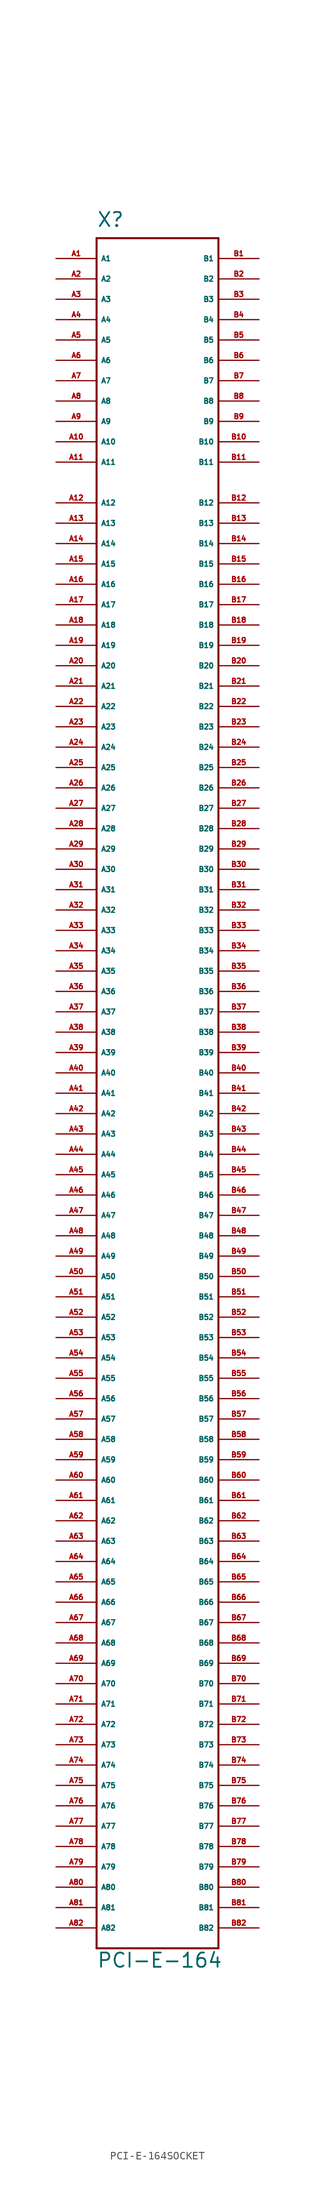
<source format=kicad_sym>
(kicad_symbol_lib
  (version 20220914)
  (generator Eagle2Kicad)
  (symbol "PCI-E-164SOCKET"
    (property "Reference" "X"
      (at -7.62 105.41 0)
      (effects (font (size 1.778 1.778) (thickness 0.22)) (justify left bottom)))
    (property "Value" "PCI-E-164"
      (at -7.62 -111.76 0)
      (effects (font (size 1.778 1.778) (thickness 0.22)) (justify left bottom)))
    (polyline
      (pts (xy -7.62 104.14) (xy 7.62 104.14))
      (stroke (width 0.254) (type default))
      (fill (type none)))
    (polyline
      (pts (xy 7.62 104.14) (xy 7.62 -109.22))
      (stroke (width 0.254) (type default))
      (fill (type none)))
    (polyline
      (pts (xy 7.62 -109.22) (xy -7.62 -109.22))
      (stroke (width 0.254) (type default))
      (fill (type none)))
    (polyline
      (pts (xy -7.62 -109.22) (xy -7.62 104.14))
      (stroke (width 0.254) (type default))
      (fill (type none)))
    (pin passive line
      (at -12.7 101.6 0)
      (length 5.08)
      (name "A1" (effects (font (size 0.635 0.635) (thickness 0.08)) (justify left bottom)))
      (number "A1" (effects (font (size 0.635 0.635) (thickness 0.08)) (justify left bottom))))
    (pin passive line
      (at -12.7 99.06 0)
      (length 5.08)
      (name "A2" (effects (font (size 0.635 0.635) (thickness 0.08)) (justify left bottom)))
      (number "A2" (effects (font (size 0.635 0.635) (thickness 0.08)) (justify left bottom))))
    (pin passive line
      (at -12.7 96.52 0)
      (length 5.08)
      (name "A3" (effects (font (size 0.635 0.635) (thickness 0.08)) (justify left bottom)))
      (number "A3" (effects (font (size 0.635 0.635) (thickness 0.08)) (justify left bottom))))
    (pin passive line
      (at -12.7 93.98 0)
      (length 5.08)
      (name "A4" (effects (font (size 0.635 0.635) (thickness 0.08)) (justify left bottom)))
      (number "A4" (effects (font (size 0.635 0.635) (thickness 0.08)) (justify left bottom))))
    (pin passive line
      (at -12.7 91.44 0)
      (length 5.08)
      (name "A5" (effects (font (size 0.635 0.635) (thickness 0.08)) (justify left bottom)))
      (number "A5" (effects (font (size 0.635 0.635) (thickness 0.08)) (justify left bottom))))
    (pin passive line
      (at -12.7 88.9 0)
      (length 5.08)
      (name "A6" (effects (font (size 0.635 0.635) (thickness 0.08)) (justify left bottom)))
      (number "A6" (effects (font (size 0.635 0.635) (thickness 0.08)) (justify left bottom))))
    (pin passive line
      (at -12.7 86.36 0)
      (length 5.08)
      (name "A7" (effects (font (size 0.635 0.635) (thickness 0.08)) (justify left bottom)))
      (number "A7" (effects (font (size 0.635 0.635) (thickness 0.08)) (justify left bottom))))
    (pin passive line
      (at -12.7 83.82 0)
      (length 5.08)
      (name "A8" (effects (font (size 0.635 0.635) (thickness 0.08)) (justify left bottom)))
      (number "A8" (effects (font (size 0.635 0.635) (thickness 0.08)) (justify left bottom))))
    (pin passive line
      (at -12.7 81.28 0)
      (length 5.08)
      (name "A9" (effects (font (size 0.635 0.635) (thickness 0.08)) (justify left bottom)))
      (number "A9" (effects (font (size 0.635 0.635) (thickness 0.08)) (justify left bottom))))
    (pin passive line
      (at -12.7 78.74 0)
      (length 5.08)
      (name "A10" (effects (font (size 0.635 0.635) (thickness 0.08)) (justify left bottom)))
      (number "A10" (effects (font (size 0.635 0.635) (thickness 0.08)) (justify left bottom))))
    (pin passive line
      (at -12.7 76.2 0)
      (length 5.08)
      (name "A11" (effects (font (size 0.635 0.635) (thickness 0.08)) (justify left bottom)))
      (number "A11" (effects (font (size 0.635 0.635) (thickness 0.08)) (justify left bottom))))
    (pin passive line
      (at -12.7 71.12 0)
      (length 5.08)
      (name "A12" (effects (font (size 0.635 0.635) (thickness 0.08)) (justify left bottom)))
      (number "A12" (effects (font (size 0.635 0.635) (thickness 0.08)) (justify left bottom))))
    (pin passive line
      (at -12.7 68.58 0)
      (length 5.08)
      (name "A13" (effects (font (size 0.635 0.635) (thickness 0.08)) (justify left bottom)))
      (number "A13" (effects (font (size 0.635 0.635) (thickness 0.08)) (justify left bottom))))
    (pin passive line
      (at -12.7 66.04 0)
      (length 5.08)
      (name "A14" (effects (font (size 0.635 0.635) (thickness 0.08)) (justify left bottom)))
      (number "A14" (effects (font (size 0.635 0.635) (thickness 0.08)) (justify left bottom))))
    (pin passive line
      (at -12.7 63.5 0)
      (length 5.08)
      (name "A15" (effects (font (size 0.635 0.635) (thickness 0.08)) (justify left bottom)))
      (number "A15" (effects (font (size 0.635 0.635) (thickness 0.08)) (justify left bottom))))
    (pin passive line
      (at -12.7 60.96 0)
      (length 5.08)
      (name "A16" (effects (font (size 0.635 0.635) (thickness 0.08)) (justify left bottom)))
      (number "A16" (effects (font (size 0.635 0.635) (thickness 0.08)) (justify left bottom))))
    (pin passive line
      (at -12.7 58.42 0)
      (length 5.08)
      (name "A17" (effects (font (size 0.635 0.635) (thickness 0.08)) (justify left bottom)))
      (number "A17" (effects (font (size 0.635 0.635) (thickness 0.08)) (justify left bottom))))
    (pin passive line
      (at -12.7 55.88 0)
      (length 5.08)
      (name "A18" (effects (font (size 0.635 0.635) (thickness 0.08)) (justify left bottom)))
      (number "A18" (effects (font (size 0.635 0.635) (thickness 0.08)) (justify left bottom))))
    (pin passive line
      (at -12.7 53.34 0)
      (length 5.08)
      (name "A19" (effects (font (size 0.635 0.635) (thickness 0.08)) (justify left bottom)))
      (number "A19" (effects (font (size 0.635 0.635) (thickness 0.08)) (justify left bottom))))
    (pin passive line
      (at -12.7 50.8 0)
      (length 5.08)
      (name "A20" (effects (font (size 0.635 0.635) (thickness 0.08)) (justify left bottom)))
      (number "A20" (effects (font (size 0.635 0.635) (thickness 0.08)) (justify left bottom))))
    (pin passive line
      (at -12.7 48.26 0)
      (length 5.08)
      (name "A21" (effects (font (size 0.635 0.635) (thickness 0.08)) (justify left bottom)))
      (number "A21" (effects (font (size 0.635 0.635) (thickness 0.08)) (justify left bottom))))
    (pin passive line
      (at -12.7 45.72 0)
      (length 5.08)
      (name "A22" (effects (font (size 0.635 0.635) (thickness 0.08)) (justify left bottom)))
      (number "A22" (effects (font (size 0.635 0.635) (thickness 0.08)) (justify left bottom))))
    (pin passive line
      (at -12.7 43.18 0)
      (length 5.08)
      (name "A23" (effects (font (size 0.635 0.635) (thickness 0.08)) (justify left bottom)))
      (number "A23" (effects (font (size 0.635 0.635) (thickness 0.08)) (justify left bottom))))
    (pin passive line
      (at -12.7 40.64 0)
      (length 5.08)
      (name "A24" (effects (font (size 0.635 0.635) (thickness 0.08)) (justify left bottom)))
      (number "A24" (effects (font (size 0.635 0.635) (thickness 0.08)) (justify left bottom))))
    (pin passive line
      (at -12.7 38.1 0)
      (length 5.08)
      (name "A25" (effects (font (size 0.635 0.635) (thickness 0.08)) (justify left bottom)))
      (number "A25" (effects (font (size 0.635 0.635) (thickness 0.08)) (justify left bottom))))
    (pin passive line
      (at -12.7 35.56 0)
      (length 5.08)
      (name "A26" (effects (font (size 0.635 0.635) (thickness 0.08)) (justify left bottom)))
      (number "A26" (effects (font (size 0.635 0.635) (thickness 0.08)) (justify left bottom))))
    (pin passive line
      (at -12.7 33.02 0)
      (length 5.08)
      (name "A27" (effects (font (size 0.635 0.635) (thickness 0.08)) (justify left bottom)))
      (number "A27" (effects (font (size 0.635 0.635) (thickness 0.08)) (justify left bottom))))
    (pin passive line
      (at -12.7 30.48 0)
      (length 5.08)
      (name "A28" (effects (font (size 0.635 0.635) (thickness 0.08)) (justify left bottom)))
      (number "A28" (effects (font (size 0.635 0.635) (thickness 0.08)) (justify left bottom))))
    (pin passive line
      (at -12.7 27.94 0)
      (length 5.08)
      (name "A29" (effects (font (size 0.635 0.635) (thickness 0.08)) (justify left bottom)))
      (number "A29" (effects (font (size 0.635 0.635) (thickness 0.08)) (justify left bottom))))
    (pin passive line
      (at -12.7 25.4 0)
      (length 5.08)
      (name "A30" (effects (font (size 0.635 0.635) (thickness 0.08)) (justify left bottom)))
      (number "A30" (effects (font (size 0.635 0.635) (thickness 0.08)) (justify left bottom))))
    (pin passive line
      (at -12.7 22.86 0)
      (length 5.08)
      (name "A31" (effects (font (size 0.635 0.635) (thickness 0.08)) (justify left bottom)))
      (number "A31" (effects (font (size 0.635 0.635) (thickness 0.08)) (justify left bottom))))
    (pin passive line
      (at -12.7 20.32 0)
      (length 5.08)
      (name "A32" (effects (font (size 0.635 0.635) (thickness 0.08)) (justify left bottom)))
      (number "A32" (effects (font (size 0.635 0.635) (thickness 0.08)) (justify left bottom))))
    (pin passive line
      (at -12.7 17.78 0)
      (length 5.08)
      (name "A33" (effects (font (size 0.635 0.635) (thickness 0.08)) (justify left bottom)))
      (number "A33" (effects (font (size 0.635 0.635) (thickness 0.08)) (justify left bottom))))
    (pin passive line
      (at -12.7 15.24 0)
      (length 5.08)
      (name "A34" (effects (font (size 0.635 0.635) (thickness 0.08)) (justify left bottom)))
      (number "A34" (effects (font (size 0.635 0.635) (thickness 0.08)) (justify left bottom))))
    (pin passive line
      (at -12.7 12.7 0)
      (length 5.08)
      (name "A35" (effects (font (size 0.635 0.635) (thickness 0.08)) (justify left bottom)))
      (number "A35" (effects (font (size 0.635 0.635) (thickness 0.08)) (justify left bottom))))
    (pin passive line
      (at -12.7 10.16 0)
      (length 5.08)
      (name "A36" (effects (font (size 0.635 0.635) (thickness 0.08)) (justify left bottom)))
      (number "A36" (effects (font (size 0.635 0.635) (thickness 0.08)) (justify left bottom))))
    (pin passive line
      (at -12.7 7.62 0)
      (length 5.08)
      (name "A37" (effects (font (size 0.635 0.635) (thickness 0.08)) (justify left bottom)))
      (number "A37" (effects (font (size 0.635 0.635) (thickness 0.08)) (justify left bottom))))
    (pin passive line
      (at -12.7 5.08 0)
      (length 5.08)
      (name "A38" (effects (font (size 0.635 0.635) (thickness 0.08)) (justify left bottom)))
      (number "A38" (effects (font (size 0.635 0.635) (thickness 0.08)) (justify left bottom))))
    (pin passive line
      (at -12.7 2.54 0)
      (length 5.08)
      (name "A39" (effects (font (size 0.635 0.635) (thickness 0.08)) (justify left bottom)))
      (number "A39" (effects (font (size 0.635 0.635) (thickness 0.08)) (justify left bottom))))
    (pin passive line
      (at -12.7 0 0)
      (length 5.08)
      (name "A40" (effects (font (size 0.635 0.635) (thickness 0.08)) (justify left bottom)))
      (number "A40" (effects (font (size 0.635 0.635) (thickness 0.08)) (justify left bottom))))
    (pin passive line
      (at -12.7 -2.54 0)
      (length 5.08)
      (name "A41" (effects (font (size 0.635 0.635) (thickness 0.08)) (justify left bottom)))
      (number "A41" (effects (font (size 0.635 0.635) (thickness 0.08)) (justify left bottom))))
    (pin passive line
      (at -12.7 -5.08 0)
      (length 5.08)
      (name "A42" (effects (font (size 0.635 0.635) (thickness 0.08)) (justify left bottom)))
      (number "A42" (effects (font (size 0.635 0.635) (thickness 0.08)) (justify left bottom))))
    (pin passive line
      (at -12.7 -7.62 0)
      (length 5.08)
      (name "A43" (effects (font (size 0.635 0.635) (thickness 0.08)) (justify left bottom)))
      (number "A43" (effects (font (size 0.635 0.635) (thickness 0.08)) (justify left bottom))))
    (pin passive line
      (at -12.7 -10.16 0)
      (length 5.08)
      (name "A44" (effects (font (size 0.635 0.635) (thickness 0.08)) (justify left bottom)))
      (number "A44" (effects (font (size 0.635 0.635) (thickness 0.08)) (justify left bottom))))
    (pin passive line
      (at -12.7 -12.7 0)
      (length 5.08)
      (name "A45" (effects (font (size 0.635 0.635) (thickness 0.08)) (justify left bottom)))
      (number "A45" (effects (font (size 0.635 0.635) (thickness 0.08)) (justify left bottom))))
    (pin passive line
      (at -12.7 -15.24 0)
      (length 5.08)
      (name "A46" (effects (font (size 0.635 0.635) (thickness 0.08)) (justify left bottom)))
      (number "A46" (effects (font (size 0.635 0.635) (thickness 0.08)) (justify left bottom))))
    (pin passive line
      (at -12.7 -17.78 0)
      (length 5.08)
      (name "A47" (effects (font (size 0.635 0.635) (thickness 0.08)) (justify left bottom)))
      (number "A47" (effects (font (size 0.635 0.635) (thickness 0.08)) (justify left bottom))))
    (pin passive line
      (at -12.7 -20.32 0)
      (length 5.08)
      (name "A48" (effects (font (size 0.635 0.635) (thickness 0.08)) (justify left bottom)))
      (number "A48" (effects (font (size 0.635 0.635) (thickness 0.08)) (justify left bottom))))
    (pin passive line
      (at -12.7 -22.86 0)
      (length 5.08)
      (name "A49" (effects (font (size 0.635 0.635) (thickness 0.08)) (justify left bottom)))
      (number "A49" (effects (font (size 0.635 0.635) (thickness 0.08)) (justify left bottom))))
    (pin passive line
      (at -12.7 -25.4 0)
      (length 5.08)
      (name "A50" (effects (font (size 0.635 0.635) (thickness 0.08)) (justify left bottom)))
      (number "A50" (effects (font (size 0.635 0.635) (thickness 0.08)) (justify left bottom))))
    (pin passive line
      (at -12.7 -27.94 0)
      (length 5.08)
      (name "A51" (effects (font (size 0.635 0.635) (thickness 0.08)) (justify left bottom)))
      (number "A51" (effects (font (size 0.635 0.635) (thickness 0.08)) (justify left bottom))))
    (pin passive line
      (at -12.7 -30.48 0)
      (length 5.08)
      (name "A52" (effects (font (size 0.635 0.635) (thickness 0.08)) (justify left bottom)))
      (number "A52" (effects (font (size 0.635 0.635) (thickness 0.08)) (justify left bottom))))
    (pin passive line
      (at -12.7 -33.02 0)
      (length 5.08)
      (name "A53" (effects (font (size 0.635 0.635) (thickness 0.08)) (justify left bottom)))
      (number "A53" (effects (font (size 0.635 0.635) (thickness 0.08)) (justify left bottom))))
    (pin passive line
      (at -12.7 -35.56 0)
      (length 5.08)
      (name "A54" (effects (font (size 0.635 0.635) (thickness 0.08)) (justify left bottom)))
      (number "A54" (effects (font (size 0.635 0.635) (thickness 0.08)) (justify left bottom))))
    (pin passive line
      (at -12.7 -38.1 0)
      (length 5.08)
      (name "A55" (effects (font (size 0.635 0.635) (thickness 0.08)) (justify left bottom)))
      (number "A55" (effects (font (size 0.635 0.635) (thickness 0.08)) (justify left bottom))))
    (pin passive line
      (at -12.7 -40.64 0)
      (length 5.08)
      (name "A56" (effects (font (size 0.635 0.635) (thickness 0.08)) (justify left bottom)))
      (number "A56" (effects (font (size 0.635 0.635) (thickness 0.08)) (justify left bottom))))
    (pin passive line
      (at -12.7 -43.18 0)
      (length 5.08)
      (name "A57" (effects (font (size 0.635 0.635) (thickness 0.08)) (justify left bottom)))
      (number "A57" (effects (font (size 0.635 0.635) (thickness 0.08)) (justify left bottom))))
    (pin passive line
      (at -12.7 -45.72 0)
      (length 5.08)
      (name "A58" (effects (font (size 0.635 0.635) (thickness 0.08)) (justify left bottom)))
      (number "A58" (effects (font (size 0.635 0.635) (thickness 0.08)) (justify left bottom))))
    (pin passive line
      (at -12.7 -48.26 0)
      (length 5.08)
      (name "A59" (effects (font (size 0.635 0.635) (thickness 0.08)) (justify left bottom)))
      (number "A59" (effects (font (size 0.635 0.635) (thickness 0.08)) (justify left bottom))))
    (pin passive line
      (at -12.7 -50.8 0)
      (length 5.08)
      (name "A60" (effects (font (size 0.635 0.635) (thickness 0.08)) (justify left bottom)))
      (number "A60" (effects (font (size 0.635 0.635) (thickness 0.08)) (justify left bottom))))
    (pin passive line
      (at -12.7 -53.34 0)
      (length 5.08)
      (name "A61" (effects (font (size 0.635 0.635) (thickness 0.08)) (justify left bottom)))
      (number "A61" (effects (font (size 0.635 0.635) (thickness 0.08)) (justify left bottom))))
    (pin passive line
      (at -12.7 -55.88 0)
      (length 5.08)
      (name "A62" (effects (font (size 0.635 0.635) (thickness 0.08)) (justify left bottom)))
      (number "A62" (effects (font (size 0.635 0.635) (thickness 0.08)) (justify left bottom))))
    (pin passive line
      (at -12.7 -58.42 0)
      (length 5.08)
      (name "A63" (effects (font (size 0.635 0.635) (thickness 0.08)) (justify left bottom)))
      (number "A63" (effects (font (size 0.635 0.635) (thickness 0.08)) (justify left bottom))))
    (pin passive line
      (at -12.7 -60.96 0)
      (length 5.08)
      (name "A64" (effects (font (size 0.635 0.635) (thickness 0.08)) (justify left bottom)))
      (number "A64" (effects (font (size 0.635 0.635) (thickness 0.08)) (justify left bottom))))
    (pin passive line
      (at -12.7 -63.5 0)
      (length 5.08)
      (name "A65" (effects (font (size 0.635 0.635) (thickness 0.08)) (justify left bottom)))
      (number "A65" (effects (font (size 0.635 0.635) (thickness 0.08)) (justify left bottom))))
    (pin passive line
      (at -12.7 -66.04 0)
      (length 5.08)
      (name "A66" (effects (font (size 0.635 0.635) (thickness 0.08)) (justify left bottom)))
      (number "A66" (effects (font (size 0.635 0.635) (thickness 0.08)) (justify left bottom))))
    (pin passive line
      (at -12.7 -68.58 0)
      (length 5.08)
      (name "A67" (effects (font (size 0.635 0.635) (thickness 0.08)) (justify left bottom)))
      (number "A67" (effects (font (size 0.635 0.635) (thickness 0.08)) (justify left bottom))))
    (pin passive line
      (at -12.7 -71.12 0)
      (length 5.08)
      (name "A68" (effects (font (size 0.635 0.635) (thickness 0.08)) (justify left bottom)))
      (number "A68" (effects (font (size 0.635 0.635) (thickness 0.08)) (justify left bottom))))
    (pin passive line
      (at -12.7 -73.66 0)
      (length 5.08)
      (name "A69" (effects (font (size 0.635 0.635) (thickness 0.08)) (justify left bottom)))
      (number "A69" (effects (font (size 0.635 0.635) (thickness 0.08)) (justify left bottom))))
    (pin passive line
      (at -12.7 -76.2 0)
      (length 5.08)
      (name "A70" (effects (font (size 0.635 0.635) (thickness 0.08)) (justify left bottom)))
      (number "A70" (effects (font (size 0.635 0.635) (thickness 0.08)) (justify left bottom))))
    (pin passive line
      (at -12.7 -78.74 0)
      (length 5.08)
      (name "A71" (effects (font (size 0.635 0.635) (thickness 0.08)) (justify left bottom)))
      (number "A71" (effects (font (size 0.635 0.635) (thickness 0.08)) (justify left bottom))))
    (pin passive line
      (at -12.7 -81.28 0)
      (length 5.08)
      (name "A72" (effects (font (size 0.635 0.635) (thickness 0.08)) (justify left bottom)))
      (number "A72" (effects (font (size 0.635 0.635) (thickness 0.08)) (justify left bottom))))
    (pin passive line
      (at -12.7 -83.82 0)
      (length 5.08)
      (name "A73" (effects (font (size 0.635 0.635) (thickness 0.08)) (justify left bottom)))
      (number "A73" (effects (font (size 0.635 0.635) (thickness 0.08)) (justify left bottom))))
    (pin passive line
      (at -12.7 -86.36 0)
      (length 5.08)
      (name "A74" (effects (font (size 0.635 0.635) (thickness 0.08)) (justify left bottom)))
      (number "A74" (effects (font (size 0.635 0.635) (thickness 0.08)) (justify left bottom))))
    (pin passive line
      (at -12.7 -88.9 0)
      (length 5.08)
      (name "A75" (effects (font (size 0.635 0.635) (thickness 0.08)) (justify left bottom)))
      (number "A75" (effects (font (size 0.635 0.635) (thickness 0.08)) (justify left bottom))))
    (pin passive line
      (at -12.7 -91.44 0)
      (length 5.08)
      (name "A76" (effects (font (size 0.635 0.635) (thickness 0.08)) (justify left bottom)))
      (number "A76" (effects (font (size 0.635 0.635) (thickness 0.08)) (justify left bottom))))
    (pin passive line
      (at -12.7 -93.98 0)
      (length 5.08)
      (name "A77" (effects (font (size 0.635 0.635) (thickness 0.08)) (justify left bottom)))
      (number "A77" (effects (font (size 0.635 0.635) (thickness 0.08)) (justify left bottom))))
    (pin passive line
      (at -12.7 -96.52 0)
      (length 5.08)
      (name "A78" (effects (font (size 0.635 0.635) (thickness 0.08)) (justify left bottom)))
      (number "A78" (effects (font (size 0.635 0.635) (thickness 0.08)) (justify left bottom))))
    (pin passive line
      (at -12.7 -99.06 0)
      (length 5.08)
      (name "A79" (effects (font (size 0.635 0.635) (thickness 0.08)) (justify left bottom)))
      (number "A79" (effects (font (size 0.635 0.635) (thickness 0.08)) (justify left bottom))))
    (pin passive line
      (at -12.7 -101.6 0)
      (length 5.08)
      (name "A80" (effects (font (size 0.635 0.635) (thickness 0.08)) (justify left bottom)))
      (number "A80" (effects (font (size 0.635 0.635) (thickness 0.08)) (justify left bottom))))
    (pin passive line
      (at -12.7 -104.14 0)
      (length 5.08)
      (name "A81" (effects (font (size 0.635 0.635) (thickness 0.08)) (justify left bottom)))
      (number "A81" (effects (font (size 0.635 0.635) (thickness 0.08)) (justify left bottom))))
    (pin passive line
      (at -12.7 -106.68 0)
      (length 5.08)
      (name "A82" (effects (font (size 0.635 0.635) (thickness 0.08)) (justify left bottom)))
      (number "A82" (effects (font (size 0.635 0.635) (thickness 0.08)) (justify left bottom))))
    (pin passive line
      (at 12.7 101.6 180)
      (length 5.08)
      (name "B1" (effects (font (size 0.635 0.635) (thickness 0.08)) (justify left bottom)))
      (number "B1" (effects (font (size 0.635 0.635) (thickness 0.08)) (justify left bottom))))
    (pin passive line
      (at 12.7 99.06 180)
      (length 5.08)
      (name "B2" (effects (font (size 0.635 0.635) (thickness 0.08)) (justify left bottom)))
      (number "B2" (effects (font (size 0.635 0.635) (thickness 0.08)) (justify left bottom))))
    (pin passive line
      (at 12.7 96.52 180)
      (length 5.08)
      (name "B3" (effects (font (size 0.635 0.635) (thickness 0.08)) (justify left bottom)))
      (number "B3" (effects (font (size 0.635 0.635) (thickness 0.08)) (justify left bottom))))
    (pin passive line
      (at 12.7 93.98 180)
      (length 5.08)
      (name "B4" (effects (font (size 0.635 0.635) (thickness 0.08)) (justify left bottom)))
      (number "B4" (effects (font (size 0.635 0.635) (thickness 0.08)) (justify left bottom))))
    (pin passive line
      (at 12.7 91.44 180)
      (length 5.08)
      (name "B5" (effects (font (size 0.635 0.635) (thickness 0.08)) (justify left bottom)))
      (number "B5" (effects (font (size 0.635 0.635) (thickness 0.08)) (justify left bottom))))
    (pin passive line
      (at 12.7 88.9 180)
      (length 5.08)
      (name "B6" (effects (font (size 0.635 0.635) (thickness 0.08)) (justify left bottom)))
      (number "B6" (effects (font (size 0.635 0.635) (thickness 0.08)) (justify left bottom))))
    (pin passive line
      (at 12.7 86.36 180)
      (length 5.08)
      (name "B7" (effects (font (size 0.635 0.635) (thickness 0.08)) (justify left bottom)))
      (number "B7" (effects (font (size 0.635 0.635) (thickness 0.08)) (justify left bottom))))
    (pin passive line
      (at 12.7 83.82 180)
      (length 5.08)
      (name "B8" (effects (font (size 0.635 0.635) (thickness 0.08)) (justify left bottom)))
      (number "B8" (effects (font (size 0.635 0.635) (thickness 0.08)) (justify left bottom))))
    (pin passive line
      (at 12.7 81.28 180)
      (length 5.08)
      (name "B9" (effects (font (size 0.635 0.635) (thickness 0.08)) (justify left bottom)))
      (number "B9" (effects (font (size 0.635 0.635) (thickness 0.08)) (justify left bottom))))
    (pin passive line
      (at 12.7 78.74 180)
      (length 5.08)
      (name "B10" (effects (font (size 0.635 0.635) (thickness 0.08)) (justify left bottom)))
      (number "B10" (effects (font (size 0.635 0.635) (thickness 0.08)) (justify left bottom))))
    (pin passive line
      (at 12.7 76.2 180)
      (length 5.08)
      (name "B11" (effects (font (size 0.635 0.635) (thickness 0.08)) (justify left bottom)))
      (number "B11" (effects (font (size 0.635 0.635) (thickness 0.08)) (justify left bottom))))
    (pin passive line
      (at 12.7 71.12 180)
      (length 5.08)
      (name "B12" (effects (font (size 0.635 0.635) (thickness 0.08)) (justify left bottom)))
      (number "B12" (effects (font (size 0.635 0.635) (thickness 0.08)) (justify left bottom))))
    (pin passive line
      (at 12.7 68.58 180)
      (length 5.08)
      (name "B13" (effects (font (size 0.635 0.635) (thickness 0.08)) (justify left bottom)))
      (number "B13" (effects (font (size 0.635 0.635) (thickness 0.08)) (justify left bottom))))
    (pin passive line
      (at 12.7 66.04 180)
      (length 5.08)
      (name "B14" (effects (font (size 0.635 0.635) (thickness 0.08)) (justify left bottom)))
      (number "B14" (effects (font (size 0.635 0.635) (thickness 0.08)) (justify left bottom))))
    (pin passive line
      (at 12.7 63.5 180)
      (length 5.08)
      (name "B15" (effects (font (size 0.635 0.635) (thickness 0.08)) (justify left bottom)))
      (number "B15" (effects (font (size 0.635 0.635) (thickness 0.08)) (justify left bottom))))
    (pin passive line
      (at 12.7 60.96 180)
      (length 5.08)
      (name "B16" (effects (font (size 0.635 0.635) (thickness 0.08)) (justify left bottom)))
      (number "B16" (effects (font (size 0.635 0.635) (thickness 0.08)) (justify left bottom))))
    (pin passive line
      (at 12.7 58.42 180)
      (length 5.08)
      (name "B17" (effects (font (size 0.635 0.635) (thickness 0.08)) (justify left bottom)))
      (number "B17" (effects (font (size 0.635 0.635) (thickness 0.08)) (justify left bottom))))
    (pin passive line
      (at 12.7 55.88 180)
      (length 5.08)
      (name "B18" (effects (font (size 0.635 0.635) (thickness 0.08)) (justify left bottom)))
      (number "B18" (effects (font (size 0.635 0.635) (thickness 0.08)) (justify left bottom))))
    (pin passive line
      (at 12.7 53.34 180)
      (length 5.08)
      (name "B19" (effects (font (size 0.635 0.635) (thickness 0.08)) (justify left bottom)))
      (number "B19" (effects (font (size 0.635 0.635) (thickness 0.08)) (justify left bottom))))
    (pin passive line
      (at 12.7 50.8 180)
      (length 5.08)
      (name "B20" (effects (font (size 0.635 0.635) (thickness 0.08)) (justify left bottom)))
      (number "B20" (effects (font (size 0.635 0.635) (thickness 0.08)) (justify left bottom))))
    (pin passive line
      (at 12.7 48.26 180)
      (length 5.08)
      (name "B21" (effects (font (size 0.635 0.635) (thickness 0.08)) (justify left bottom)))
      (number "B21" (effects (font (size 0.635 0.635) (thickness 0.08)) (justify left bottom))))
    (pin passive line
      (at 12.7 45.72 180)
      (length 5.08)
      (name "B22" (effects (font (size 0.635 0.635) (thickness 0.08)) (justify left bottom)))
      (number "B22" (effects (font (size 0.635 0.635) (thickness 0.08)) (justify left bottom))))
    (pin passive line
      (at 12.7 43.18 180)
      (length 5.08)
      (name "B23" (effects (font (size 0.635 0.635) (thickness 0.08)) (justify left bottom)))
      (number "B23" (effects (font (size 0.635 0.635) (thickness 0.08)) (justify left bottom))))
    (pin passive line
      (at 12.7 40.64 180)
      (length 5.08)
      (name "B24" (effects (font (size 0.635 0.635) (thickness 0.08)) (justify left bottom)))
      (number "B24" (effects (font (size 0.635 0.635) (thickness 0.08)) (justify left bottom))))
    (pin passive line
      (at 12.7 38.1 180)
      (length 5.08)
      (name "B25" (effects (font (size 0.635 0.635) (thickness 0.08)) (justify left bottom)))
      (number "B25" (effects (font (size 0.635 0.635) (thickness 0.08)) (justify left bottom))))
    (pin passive line
      (at 12.7 35.56 180)
      (length 5.08)
      (name "B26" (effects (font (size 0.635 0.635) (thickness 0.08)) (justify left bottom)))
      (number "B26" (effects (font (size 0.635 0.635) (thickness 0.08)) (justify left bottom))))
    (pin passive line
      (at 12.7 33.02 180)
      (length 5.08)
      (name "B27" (effects (font (size 0.635 0.635) (thickness 0.08)) (justify left bottom)))
      (number "B27" (effects (font (size 0.635 0.635) (thickness 0.08)) (justify left bottom))))
    (pin passive line
      (at 12.7 30.48 180)
      (length 5.08)
      (name "B28" (effects (font (size 0.635 0.635) (thickness 0.08)) (justify left bottom)))
      (number "B28" (effects (font (size 0.635 0.635) (thickness 0.08)) (justify left bottom))))
    (pin passive line
      (at 12.7 27.94 180)
      (length 5.08)
      (name "B29" (effects (font (size 0.635 0.635) (thickness 0.08)) (justify left bottom)))
      (number "B29" (effects (font (size 0.635 0.635) (thickness 0.08)) (justify left bottom))))
    (pin passive line
      (at 12.7 25.4 180)
      (length 5.08)
      (name "B30" (effects (font (size 0.635 0.635) (thickness 0.08)) (justify left bottom)))
      (number "B30" (effects (font (size 0.635 0.635) (thickness 0.08)) (justify left bottom))))
    (pin passive line
      (at 12.7 22.86 180)
      (length 5.08)
      (name "B31" (effects (font (size 0.635 0.635) (thickness 0.08)) (justify left bottom)))
      (number "B31" (effects (font (size 0.635 0.635) (thickness 0.08)) (justify left bottom))))
    (pin passive line
      (at 12.7 20.32 180)
      (length 5.08)
      (name "B32" (effects (font (size 0.635 0.635) (thickness 0.08)) (justify left bottom)))
      (number "B32" (effects (font (size 0.635 0.635) (thickness 0.08)) (justify left bottom))))
    (pin passive line
      (at 12.7 17.78 180)
      (length 5.08)
      (name "B33" (effects (font (size 0.635 0.635) (thickness 0.08)) (justify left bottom)))
      (number "B33" (effects (font (size 0.635 0.635) (thickness 0.08)) (justify left bottom))))
    (pin passive line
      (at 12.7 15.24 180)
      (length 5.08)
      (name "B34" (effects (font (size 0.635 0.635) (thickness 0.08)) (justify left bottom)))
      (number "B34" (effects (font (size 0.635 0.635) (thickness 0.08)) (justify left bottom))))
    (pin passive line
      (at 12.7 12.7 180)
      (length 5.08)
      (name "B35" (effects (font (size 0.635 0.635) (thickness 0.08)) (justify left bottom)))
      (number "B35" (effects (font (size 0.635 0.635) (thickness 0.08)) (justify left bottom))))
    (pin passive line
      (at 12.7 10.16 180)
      (length 5.08)
      (name "B36" (effects (font (size 0.635 0.635) (thickness 0.08)) (justify left bottom)))
      (number "B36" (effects (font (size 0.635 0.635) (thickness 0.08)) (justify left bottom))))
    (pin passive line
      (at 12.7 7.62 180)
      (length 5.08)
      (name "B37" (effects (font (size 0.635 0.635) (thickness 0.08)) (justify left bottom)))
      (number "B37" (effects (font (size 0.635 0.635) (thickness 0.08)) (justify left bottom))))
    (pin passive line
      (at 12.7 5.08 180)
      (length 5.08)
      (name "B38" (effects (font (size 0.635 0.635) (thickness 0.08)) (justify left bottom)))
      (number "B38" (effects (font (size 0.635 0.635) (thickness 0.08)) (justify left bottom))))
    (pin passive line
      (at 12.7 2.54 180)
      (length 5.08)
      (name "B39" (effects (font (size 0.635 0.635) (thickness 0.08)) (justify left bottom)))
      (number "B39" (effects (font (size 0.635 0.635) (thickness 0.08)) (justify left bottom))))
    (pin passive line
      (at 12.7 0 180)
      (length 5.08)
      (name "B40" (effects (font (size 0.635 0.635) (thickness 0.08)) (justify left bottom)))
      (number "B40" (effects (font (size 0.635 0.635) (thickness 0.08)) (justify left bottom))))
    (pin passive line
      (at 12.7 -2.54 180)
      (length 5.08)
      (name "B41" (effects (font (size 0.635 0.635) (thickness 0.08)) (justify left bottom)))
      (number "B41" (effects (font (size 0.635 0.635) (thickness 0.08)) (justify left bottom))))
    (pin passive line
      (at 12.7 -5.08 180)
      (length 5.08)
      (name "B42" (effects (font (size 0.635 0.635) (thickness 0.08)) (justify left bottom)))
      (number "B42" (effects (font (size 0.635 0.635) (thickness 0.08)) (justify left bottom))))
    (pin passive line
      (at 12.7 -7.62 180)
      (length 5.08)
      (name "B43" (effects (font (size 0.635 0.635) (thickness 0.08)) (justify left bottom)))
      (number "B43" (effects (font (size 0.635 0.635) (thickness 0.08)) (justify left bottom))))
    (pin passive line
      (at 12.7 -10.16 180)
      (length 5.08)
      (name "B44" (effects (font (size 0.635 0.635) (thickness 0.08)) (justify left bottom)))
      (number "B44" (effects (font (size 0.635 0.635) (thickness 0.08)) (justify left bottom))))
    (pin passive line
      (at 12.7 -12.7 180)
      (length 5.08)
      (name "B45" (effects (font (size 0.635 0.635) (thickness 0.08)) (justify left bottom)))
      (number "B45" (effects (font (size 0.635 0.635) (thickness 0.08)) (justify left bottom))))
    (pin passive line
      (at 12.7 -15.24 180)
      (length 5.08)
      (name "B46" (effects (font (size 0.635 0.635) (thickness 0.08)) (justify left bottom)))
      (number "B46" (effects (font (size 0.635 0.635) (thickness 0.08)) (justify left bottom))))
    (pin passive line
      (at 12.7 -17.78 180)
      (length 5.08)
      (name "B47" (effects (font (size 0.635 0.635) (thickness 0.08)) (justify left bottom)))
      (number "B47" (effects (font (size 0.635 0.635) (thickness 0.08)) (justify left bottom))))
    (pin passive line
      (at 12.7 -20.32 180)
      (length 5.08)
      (name "B48" (effects (font (size 0.635 0.635) (thickness 0.08)) (justify left bottom)))
      (number "B48" (effects (font (size 0.635 0.635) (thickness 0.08)) (justify left bottom))))
    (pin passive line
      (at 12.7 -22.86 180)
      (length 5.08)
      (name "B49" (effects (font (size 0.635 0.635) (thickness 0.08)) (justify left bottom)))
      (number "B49" (effects (font (size 0.635 0.635) (thickness 0.08)) (justify left bottom))))
    (pin passive line
      (at 12.7 -25.4 180)
      (length 5.08)
      (name "B50" (effects (font (size 0.635 0.635) (thickness 0.08)) (justify left bottom)))
      (number "B50" (effects (font (size 0.635 0.635) (thickness 0.08)) (justify left bottom))))
    (pin passive line
      (at 12.7 -27.94 180)
      (length 5.08)
      (name "B51" (effects (font (size 0.635 0.635) (thickness 0.08)) (justify left bottom)))
      (number "B51" (effects (font (size 0.635 0.635) (thickness 0.08)) (justify left bottom))))
    (pin passive line
      (at 12.7 -30.48 180)
      (length 5.08)
      (name "B52" (effects (font (size 0.635 0.635) (thickness 0.08)) (justify left bottom)))
      (number "B52" (effects (font (size 0.635 0.635) (thickness 0.08)) (justify left bottom))))
    (pin passive line
      (at 12.7 -33.02 180)
      (length 5.08)
      (name "B53" (effects (font (size 0.635 0.635) (thickness 0.08)) (justify left bottom)))
      (number "B53" (effects (font (size 0.635 0.635) (thickness 0.08)) (justify left bottom))))
    (pin passive line
      (at 12.7 -35.56 180)
      (length 5.08)
      (name "B54" (effects (font (size 0.635 0.635) (thickness 0.08)) (justify left bottom)))
      (number "B54" (effects (font (size 0.635 0.635) (thickness 0.08)) (justify left bottom))))
    (pin passive line
      (at 12.7 -38.1 180)
      (length 5.08)
      (name "B55" (effects (font (size 0.635 0.635) (thickness 0.08)) (justify left bottom)))
      (number "B55" (effects (font (size 0.635 0.635) (thickness 0.08)) (justify left bottom))))
    (pin passive line
      (at 12.7 -40.64 180)
      (length 5.08)
      (name "B56" (effects (font (size 0.635 0.635) (thickness 0.08)) (justify left bottom)))
      (number "B56" (effects (font (size 0.635 0.635) (thickness 0.08)) (justify left bottom))))
    (pin passive line
      (at 12.7 -43.18 180)
      (length 5.08)
      (name "B57" (effects (font (size 0.635 0.635) (thickness 0.08)) (justify left bottom)))
      (number "B57" (effects (font (size 0.635 0.635) (thickness 0.08)) (justify left bottom))))
    (pin passive line
      (at 12.7 -45.72 180)
      (length 5.08)
      (name "B58" (effects (font (size 0.635 0.635) (thickness 0.08)) (justify left bottom)))
      (number "B58" (effects (font (size 0.635 0.635) (thickness 0.08)) (justify left bottom))))
    (pin passive line
      (at 12.7 -48.26 180)
      (length 5.08)
      (name "B59" (effects (font (size 0.635 0.635) (thickness 0.08)) (justify left bottom)))
      (number "B59" (effects (font (size 0.635 0.635) (thickness 0.08)) (justify left bottom))))
    (pin passive line
      (at 12.7 -50.8 180)
      (length 5.08)
      (name "B60" (effects (font (size 0.635 0.635) (thickness 0.08)) (justify left bottom)))
      (number "B60" (effects (font (size 0.635 0.635) (thickness 0.08)) (justify left bottom))))
    (pin passive line
      (at 12.7 -53.34 180)
      (length 5.08)
      (name "B61" (effects (font (size 0.635 0.635) (thickness 0.08)) (justify left bottom)))
      (number "B61" (effects (font (size 0.635 0.635) (thickness 0.08)) (justify left bottom))))
    (pin passive line
      (at 12.7 -55.88 180)
      (length 5.08)
      (name "B62" (effects (font (size 0.635 0.635) (thickness 0.08)) (justify left bottom)))
      (number "B62" (effects (font (size 0.635 0.635) (thickness 0.08)) (justify left bottom))))
    (pin passive line
      (at 12.7 -58.42 180)
      (length 5.08)
      (name "B63" (effects (font (size 0.635 0.635) (thickness 0.08)) (justify left bottom)))
      (number "B63" (effects (font (size 0.635 0.635) (thickness 0.08)) (justify left bottom))))
    (pin passive line
      (at 12.7 -60.96 180)
      (length 5.08)
      (name "B64" (effects (font (size 0.635 0.635) (thickness 0.08)) (justify left bottom)))
      (number "B64" (effects (font (size 0.635 0.635) (thickness 0.08)) (justify left bottom))))
    (pin passive line
      (at 12.7 -63.5 180)
      (length 5.08)
      (name "B65" (effects (font (size 0.635 0.635) (thickness 0.08)) (justify left bottom)))
      (number "B65" (effects (font (size 0.635 0.635) (thickness 0.08)) (justify left bottom))))
    (pin passive line
      (at 12.7 -66.04 180)
      (length 5.08)
      (name "B66" (effects (font (size 0.635 0.635) (thickness 0.08)) (justify left bottom)))
      (number "B66" (effects (font (size 0.635 0.635) (thickness 0.08)) (justify left bottom))))
    (pin passive line
      (at 12.7 -68.58 180)
      (length 5.08)
      (name "B67" (effects (font (size 0.635 0.635) (thickness 0.08)) (justify left bottom)))
      (number "B67" (effects (font (size 0.635 0.635) (thickness 0.08)) (justify left bottom))))
    (pin passive line
      (at 12.7 -71.12 180)
      (length 5.08)
      (name "B68" (effects (font (size 0.635 0.635) (thickness 0.08)) (justify left bottom)))
      (number "B68" (effects (font (size 0.635 0.635) (thickness 0.08)) (justify left bottom))))
    (pin passive line
      (at 12.7 -73.66 180)
      (length 5.08)
      (name "B69" (effects (font (size 0.635 0.635) (thickness 0.08)) (justify left bottom)))
      (number "B69" (effects (font (size 0.635 0.635) (thickness 0.08)) (justify left bottom))))
    (pin passive line
      (at 12.7 -76.2 180)
      (length 5.08)
      (name "B70" (effects (font (size 0.635 0.635) (thickness 0.08)) (justify left bottom)))
      (number "B70" (effects (font (size 0.635 0.635) (thickness 0.08)) (justify left bottom))))
    (pin passive line
      (at 12.7 -78.74 180)
      (length 5.08)
      (name "B71" (effects (font (size 0.635 0.635) (thickness 0.08)) (justify left bottom)))
      (number "B71" (effects (font (size 0.635 0.635) (thickness 0.08)) (justify left bottom))))
    (pin passive line
      (at 12.7 -81.28 180)
      (length 5.08)
      (name "B72" (effects (font (size 0.635 0.635) (thickness 0.08)) (justify left bottom)))
      (number "B72" (effects (font (size 0.635 0.635) (thickness 0.08)) (justify left bottom))))
    (pin passive line
      (at 12.7 -83.82 180)
      (length 5.08)
      (name "B73" (effects (font (size 0.635 0.635) (thickness 0.08)) (justify left bottom)))
      (number "B73" (effects (font (size 0.635 0.635) (thickness 0.08)) (justify left bottom))))
    (pin passive line
      (at 12.7 -86.36 180)
      (length 5.08)
      (name "B74" (effects (font (size 0.635 0.635) (thickness 0.08)) (justify left bottom)))
      (number "B74" (effects (font (size 0.635 0.635) (thickness 0.08)) (justify left bottom))))
    (pin passive line
      (at 12.7 -88.9 180)
      (length 5.08)
      (name "B75" (effects (font (size 0.635 0.635) (thickness 0.08)) (justify left bottom)))
      (number "B75" (effects (font (size 0.635 0.635) (thickness 0.08)) (justify left bottom))))
    (pin passive line
      (at 12.7 -91.44 180)
      (length 5.08)
      (name "B76" (effects (font (size 0.635 0.635) (thickness 0.08)) (justify left bottom)))
      (number "B76" (effects (font (size 0.635 0.635) (thickness 0.08)) (justify left bottom))))
    (pin passive line
      (at 12.7 -93.98 180)
      (length 5.08)
      (name "B77" (effects (font (size 0.635 0.635) (thickness 0.08)) (justify left bottom)))
      (number "B77" (effects (font (size 0.635 0.635) (thickness 0.08)) (justify left bottom))))
    (pin passive line
      (at 12.7 -96.52 180)
      (length 5.08)
      (name "B78" (effects (font (size 0.635 0.635) (thickness 0.08)) (justify left bottom)))
      (number "B78" (effects (font (size 0.635 0.635) (thickness 0.08)) (justify left bottom))))
    (pin passive line
      (at 12.7 -99.06 180)
      (length 5.08)
      (name "B79" (effects (font (size 0.635 0.635) (thickness 0.08)) (justify left bottom)))
      (number "B79" (effects (font (size 0.635 0.635) (thickness 0.08)) (justify left bottom))))
    (pin passive line
      (at 12.7 -101.6 180)
      (length 5.08)
      (name "B80" (effects (font (size 0.635 0.635) (thickness 0.08)) (justify left bottom)))
      (number "B80" (effects (font (size 0.635 0.635) (thickness 0.08)) (justify left bottom))))
    (pin passive line
      (at 12.7 -104.14 180)
      (length 5.08)
      (name "B81" (effects (font (size 0.635 0.635) (thickness 0.08)) (justify left bottom)))
      (number "B81" (effects (font (size 0.635 0.635) (thickness 0.08)) (justify left bottom))))
    (pin passive line
      (at 12.7 -106.68 180)
      (length 5.08)
      (name "B82" (effects (font (size 0.635 0.635) (thickness 0.08)) (justify left bottom)))
      (number "B82" (effects (font (size 0.635 0.635) (thickness 0.08)) (justify left bottom))))))
</source>
